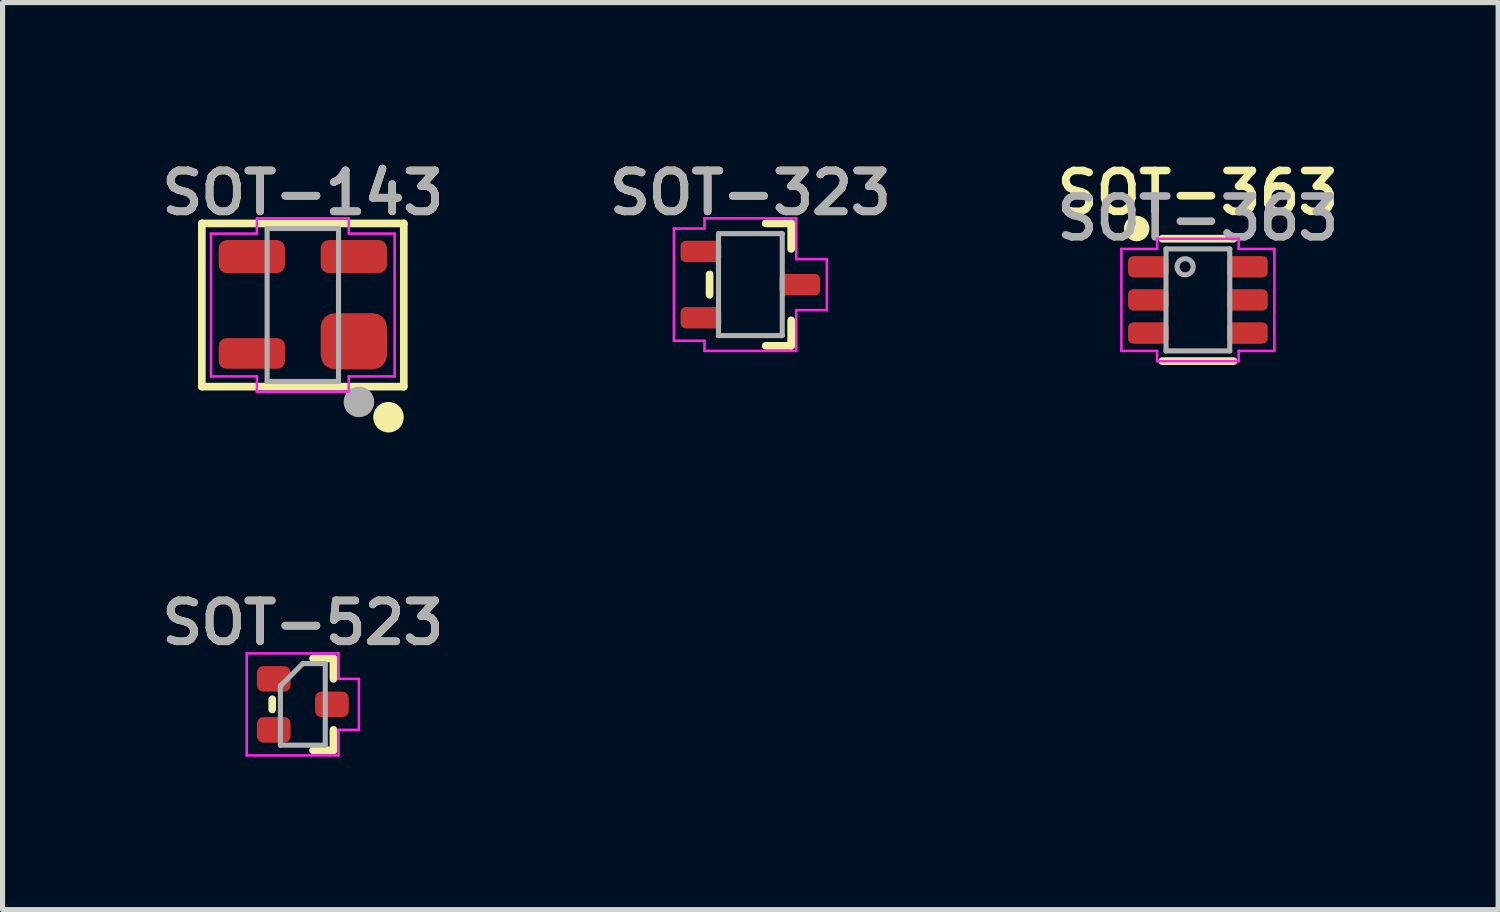
<source format=kicad_pcb>
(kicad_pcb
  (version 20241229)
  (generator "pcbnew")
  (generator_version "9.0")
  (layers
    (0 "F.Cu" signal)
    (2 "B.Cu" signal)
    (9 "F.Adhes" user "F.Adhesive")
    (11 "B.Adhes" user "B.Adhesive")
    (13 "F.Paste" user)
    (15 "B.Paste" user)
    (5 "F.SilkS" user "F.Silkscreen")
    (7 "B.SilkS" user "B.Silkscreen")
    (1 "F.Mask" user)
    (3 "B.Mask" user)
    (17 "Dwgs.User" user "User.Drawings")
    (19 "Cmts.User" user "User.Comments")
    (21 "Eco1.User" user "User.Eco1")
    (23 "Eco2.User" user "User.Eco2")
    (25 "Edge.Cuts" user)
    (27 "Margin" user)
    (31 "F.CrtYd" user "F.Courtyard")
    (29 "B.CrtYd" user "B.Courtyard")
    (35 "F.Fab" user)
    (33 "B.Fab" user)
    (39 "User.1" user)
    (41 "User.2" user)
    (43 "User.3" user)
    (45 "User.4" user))
  (footprint "SOT-323"
    (layer "F.Cu")
    (at 11.664 2.531)
    (property "Reference" "SOT-323" (at 0 -1.8 180) (layer "F.SilkS") (effects (font (size 0.8 0.8) (thickness 0.15))))
    (attr smd)
    (fp_line (start -0.8 0.2) (end -0.8 -0.2) (stroke (width 0.15) (type solid)) (layer "F.SilkS"))
    (fp_line (start 0.8 -1.2) (end 0.3 -1.2) (stroke (width 0.15) (type solid)) (layer "F.SilkS"))
    (fp_line (start 0.8 -0.7) (end 0.8 -1.2) (stroke (width 0.15) (type solid)) (layer "F.SilkS"))
    (fp_line (start 0.8 0.7) (end 0.8 1.2) (stroke (width 0.15) (type solid)) (layer "F.SilkS"))
    (fp_line (start 0.8 1.2) (end 0.3 1.2) (stroke (width 0.15) (type solid)) (layer "F.SilkS"))
    (fp_line (start -1.5 -1.1) (end -0.9 -1.1) (stroke (width 0.05) (type solid)) (layer "F.CrtYd"))
    (fp_line (start -1.5 1.1) (end -1.5 -1.1) (stroke (width 0.05) (type solid)) (layer "F.CrtYd"))
    (fp_line (start -0.9 -1.3) (end 0.9 -1.3) (stroke (width 0.05) (type solid)) (layer "F.CrtYd"))
    (fp_line (start -0.9 -1.1) (end -0.9 -1.3) (stroke (width 0.05) (type solid)) (layer "F.CrtYd"))
    (fp_line (start -0.9 1.1) (end -1.5 1.1) (stroke (width 0.05) (type solid)) (layer "F.CrtYd"))
    (fp_line (start -0.9 1.3) (end -0.9 1.1) (stroke (width 0.05) (type solid)) (layer "F.CrtYd"))
    (fp_line (start 0.9 -1.3) (end 0.9 -0.5) (stroke (width 0.05) (type solid)) (layer "F.CrtYd"))
    (fp_line (start 0.9 -0.5) (end 1.5 -0.5) (stroke (width 0.05) (type solid)) (layer "F.CrtYd"))
    (fp_line (start 0.9 0.5) (end 0.9 1.3) (stroke (width 0.05) (type solid)) (layer "F.CrtYd"))
    (fp_line (start 0.9 1.3) (end -0.9 1.3) (stroke (width 0.05) (type solid)) (layer "F.CrtYd"))
    (fp_line (start 1.5 -0.5) (end 1.5 0.5) (stroke (width 0.05) (type solid)) (layer "F.CrtYd"))
    (fp_line (start 1.5 0.5) (end 0.9 0.5) (stroke (width 0.05) (type solid)) (layer "F.CrtYd"))
    (fp_line (start -0.625 -1) (end -0.625 1) (stroke (width 0.1) (type solid)) (layer "F.Fab"))
    (fp_line (start -0.625 -1) (end 0.625 -1) (stroke (width 0.1) (type solid)) (layer "F.Fab"))
    (fp_line (start 0.625 -1) (end 0.625 1) (stroke (width 0.1) (type solid)) (layer "F.Fab"))
    (fp_line (start 0.625 1) (end -0.625 1) (stroke (width 0.1) (type solid)) (layer "F.Fab"))
    (fp_text user "${REFERENCE}" (at 0 -1.8 180) (layer "F.Fab") (effects (font (size 0.8 0.8) (thickness 0.15))))
    (pad "1" smd roundrect (at -0.97 -0.65 270) (size 0.42 0.8) (layers "F.Cu" "F.Mask" "F.Paste") (roundrect_rratio 0.25))
    (pad "2" smd roundrect (at -0.97 0.65 270) (size 0.42 0.8) (layers "F.Cu" "F.Mask" "F.Paste") (roundrect_rratio 0.25))
    (pad "3" smd roundrect (at 0.97 0 270) (size 0.42 0.8) (layers "F.Cu" "F.Mask" "F.Paste") (roundrect_rratio 0.25)))
  (footprint "SOT-363"
    (layer "F.Cu")
    (at 20.439 2.831)
    (property "Reference" "SOT-363" (at 0 -2.1 0) (layer "F.SilkS") (effects (font (size 0.8 0.8) (thickness 0.15))))
    (attr smd)
    (fp_line (start -0.7 -1.2) (end 0.7 -1.2) (stroke (width 0.15) (type solid)) (layer "F.SilkS"))
    (fp_line (start -0.7 1.2) (end 0.7 1.2) (stroke (width 0.15) (type solid)) (layer "F.SilkS"))
    (fp_circle (center -1.2 -1.4) (end -1.075 -1.4) (stroke (width 0.25) (type solid)) (fill no) (layer "F.SilkS"))
    (fp_line (start -1.5 -1) (end -0.8 -1) (stroke (width 0.05) (type solid)) (layer "F.CrtYd"))
    (fp_line (start -1.5 1) (end -1.5 -1) (stroke (width 0.05) (type solid)) (layer "F.CrtYd"))
    (fp_line (start -0.8 -1.2) (end 0.8 -1.2) (stroke (width 0.05) (type solid)) (layer "F.CrtYd"))
    (fp_line (start -0.8 -1) (end -0.8 -1.2) (stroke (width 0.05) (type solid)) (layer "F.CrtYd"))
    (fp_line (start -0.8 1) (end -1.5 1) (stroke (width 0.05) (type solid)) (layer "F.CrtYd"))
    (fp_line (start -0.8 1.2) (end -0.8 1) (stroke (width 0.05) (type solid)) (layer "F.CrtYd"))
    (fp_line (start 0.8 -1.2) (end 0.8 -1) (stroke (width 0.05) (type solid)) (layer "F.CrtYd"))
    (fp_line (start 0.8 -1) (end 1.5 -1) (stroke (width 0.05) (type solid)) (layer "F.CrtYd"))
    (fp_line (start 0.8 1) (end 0.8 1.2) (stroke (width 0.05) (type solid)) (layer "F.CrtYd"))
    (fp_line (start 0.8 1.2) (end -0.8 1.2) (stroke (width 0.05) (type solid)) (layer "F.CrtYd"))
    (fp_line (start 1.5 -1) (end 1.5 1) (stroke (width 0.05) (type solid)) (layer "F.CrtYd"))
    (fp_line (start 1.5 1) (end 0.8 1) (stroke (width 0.05) (type solid)) (layer "F.CrtYd"))
    (fp_line (start -0.625 -1) (end 0.625 -1) (stroke (width 0.1) (type solid)) (layer "F.Fab"))
    (fp_line (start -0.625 1) (end -0.625 -1) (stroke (width 0.1) (type solid)) (layer "F.Fab"))
    (fp_line (start -0.625 1) (end 0.625 1) (stroke (width 0.1) (type solid)) (layer "F.Fab"))
    (fp_line (start 0.625 -1) (end 0.625 1) (stroke (width 0.1) (type solid)) (layer "F.Fab"))
    (fp_circle (center -0.25 -0.65) (end -0.4 -0.7) (stroke (width 0.1) (type solid)) (fill no) (layer "F.Fab"))
    (fp_text user "${REFERENCE}" (at 0 -1.6 0) (layer "F.Fab") (effects (font (size 0.8 0.8) (thickness 0.15))))
    (pad "1" smd roundrect (at -0.97 -0.65 270) (size 0.42 0.8) (layers "F.Cu" "F.Mask" "F.Paste") (roundrect_rratio 0.25))
    (pad "2" smd roundrect (at -0.97 0 270) (size 0.42 0.8) (layers "F.Cu" "F.Mask" "F.Paste") (roundrect_rratio 0.25))
    (pad "3" smd roundrect (at -0.97 0.65 270) (size 0.42 0.8) (layers "F.Cu" "F.Mask" "F.Paste") (roundrect_rratio 0.25))
    (pad "4" smd roundrect (at 0.97 0.65 90) (size 0.42 0.8) (layers "F.Cu" "F.Mask" "F.Paste") (roundrect_rratio 0.25))
    (pad "5" smd roundrect (at 0.97 0 90) (size 0.42 0.8) (layers "F.Cu" "F.Mask" "F.Paste") (roundrect_rratio 0.25))
    (pad "6" smd roundrect (at 0.97 -0.65 90) (size 0.42 0.8) (layers "F.Cu" "F.Mask" "F.Paste") (roundrect_rratio 0.25)))
  (footprint "SOT-143"
    (layer "F.Cu")
    (at 2.888 2.931)
    (property "Reference" "SOT-143" (at 0 -2.2 0) (layer "F.SilkS") (effects (font (size 0.8 0.8) (thickness 0.15))))
    (attr smd)
    (fp_line (start -1.98 -1.6) (end 1.98 -1.6) (stroke (width 0.15) (type solid)) (layer "F.SilkS"))
    (fp_line (start -1.98 1.6) (end -1.98 -1.6) (stroke (width 0.15) (type solid)) (layer "F.SilkS"))
    (fp_line (start -1.98 1.6) (end 1.98 1.6) (stroke (width 0.15) (type solid)) (layer "F.SilkS"))
    (fp_line (start 1.98 1.6) (end 1.98 -1.6) (stroke (width 0.15) (type solid)) (layer "F.SilkS"))
    (fp_circle (center 1.68 2.2) (end 1.83 2.2) (stroke (width 0.3) (type solid)) (fill no) (layer "F.SilkS"))
    (fp_line (start -1.8 -1.4) (end -0.9 -1.4) (stroke (width 0.05) (type solid)) (layer "F.CrtYd"))
    (fp_line (start -1.8 1.4) (end -1.8 -1.4) (stroke (width 0.05) (type solid)) (layer "F.CrtYd"))
    (fp_line (start -0.9 -1.7) (end 0.9 -1.7) (stroke (width 0.05) (type solid)) (layer "F.CrtYd"))
    (fp_line (start -0.9 -1.4) (end -0.9 -1.7) (stroke (width 0.05) (type solid)) (layer "F.CrtYd"))
    (fp_line (start -0.9 1.4) (end -1.8 1.4) (stroke (width 0.05) (type solid)) (layer "F.CrtYd"))
    (fp_line (start -0.9 1.7) (end -0.9 1.4) (stroke (width 0.05) (type solid)) (layer "F.CrtYd"))
    (fp_line (start 0.9 -1.7) (end 0.9 -1.4) (stroke (width 0.05) (type solid)) (layer "F.CrtYd"))
    (fp_line (start 0.9 -1.4) (end 1.8 -1.4) (stroke (width 0.05) (type solid)) (layer "F.CrtYd"))
    (fp_line (start 0.9 1.4) (end 0.9 1.7) (stroke (width 0.05) (type solid)) (layer "F.CrtYd"))
    (fp_line (start 0.9 1.7) (end -0.9 1.7) (stroke (width 0.05) (type solid)) (layer "F.CrtYd"))
    (fp_line (start 1.8 -1.4) (end 1.8 1.4) (stroke (width 0.05) (type solid)) (layer "F.CrtYd"))
    (fp_line (start 1.8 1.4) (end 0.9 1.4) (stroke (width 0.05) (type solid)) (layer "F.CrtYd"))
    (fp_line (start -0.7 -1.5) (end -0.7 1.5) (stroke (width 0.1) (type solid)) (layer "F.Fab"))
    (fp_line (start -0.7 1.5) (end 0.7 1.5) (stroke (width 0.1) (type solid)) (layer "F.Fab"))
    (fp_line (start 0.7 -1.5) (end -0.7 -1.5) (stroke (width 0.1) (type solid)) (layer "F.Fab"))
    (fp_line (start 0.7 1.5) (end 0.7 -1.5) (stroke (width 0.1) (type solid)) (layer "F.Fab"))
    (fp_circle (center 1.1 1.9) (end 1.25 1.9) (stroke (width 0.3) (type solid)) (fill no) (layer "F.Fab"))
    (fp_text user "${REFERENCE}" (at 0 -2.2 0) (layer "F.Fab") (effects (font (size 0.8 0.8) (thickness 0.15))))
    (pad "1" smd roundrect (at 1 0.71) (size 1.3 1.1) (layers "F.Cu" "F.Mask" "F.Paste") (roundrect_rratio 0.25))
    (pad "2" smd roundrect (at 1 -0.95) (size 1.3 0.65) (layers "F.Cu" "F.Mask" "F.Paste") (roundrect_rratio 0.25))
    (pad "3" smd roundrect (at -1 -0.95) (size 1.3 0.65) (layers "F.Cu" "F.Mask" "F.Paste") (roundrect_rratio 0.25))
    (pad "4" smd roundrect (at -1 0.95) (size 1.3 0.6) (layers "F.Cu" "F.Mask" "F.Paste") (roundrect_rratio 0.25)))
  (footprint "SOT-523"
    (layer "F.Cu")
    (at 2.888 10.762)
    (property "Reference" "SOT-523" (at 0 -1.6 0) (layer "F.SilkS") (effects (font (size 0.8 0.8) (thickness 0.15))))
    (attr smd)
    (fp_line (start -0.6 -0.1) (end -0.6 0.1) (stroke (width 0.15) (type solid)) (layer "F.SilkS"))
    (fp_line (start 0.2 0.9) (end 0.6 0.9) (stroke (width 0.15) (type solid)) (layer "F.SilkS"))
    (fp_line (start 0.6 -0.9) (end 0.2 -0.9) (stroke (width 0.15) (type solid)) (layer "F.SilkS"))
    (fp_line (start 0.6 -0.5) (end 0.6 -0.9) (stroke (width 0.15) (type solid)) (layer "F.SilkS"))
    (fp_line (start 0.6 0.9) (end 0.6 0.5) (stroke (width 0.15) (type solid)) (layer "F.SilkS"))
    (fp_line (start -1.1 -1) (end -1.1 1) (stroke (width 0.05) (type solid)) (layer "F.CrtYd"))
    (fp_line (start -1.1 1) (end 0.7 1) (stroke (width 0.05) (type solid)) (layer "F.CrtYd"))
    (fp_line (start 0.7 -1) (end -1.1 -1) (stroke (width 0.05) (type solid)) (layer "F.CrtYd"))
    (fp_line (start 0.7 -0.5) (end 0.7 -1) (stroke (width 0.05) (type solid)) (layer "F.CrtYd"))
    (fp_line (start 0.7 0.5) (end 1.1 0.5) (stroke (width 0.05) (type solid)) (layer "F.CrtYd"))
    (fp_line (start 0.7 1) (end 0.7 0.5) (stroke (width 0.05) (type solid)) (layer "F.CrtYd"))
    (fp_line (start 1.1 -0.5) (end 0.7 -0.5) (stroke (width 0.05) (type solid)) (layer "F.CrtYd"))
    (fp_line (start 1.1 0.5) (end 1.1 -0.5) (stroke (width 0.05) (type solid)) (layer "F.CrtYd"))
    (fp_line (start -0.44 -0.36) (end -0.44 0.8) (stroke (width 0.1) (type solid)) (layer "F.Fab"))
    (fp_line (start 0 -0.8) (end -0.44 -0.36) (stroke (width 0.1) (type solid)) (layer "F.Fab"))
    (fp_line (start 0.44 -0.8) (end 0 -0.8) (stroke (width 0.1) (type solid)) (layer "F.Fab"))
    (fp_line (start 0.44 0.8) (end -0.44 0.8) (stroke (width 0.1) (type solid)) (layer "F.Fab"))
    (fp_line (start 0.44 0.8) (end 0.44 -0.8) (stroke (width 0.1) (type solid)) (layer "F.Fab"))
    (fp_text user "${REFERENCE}" (at 0 -1.6 0) (layer "F.Fab") (effects (font (size 0.8 0.8) (thickness 0.15))))
    (pad "1" smd roundrect (at -0.57 -0.5 180) (size 0.66 0.5) (layers "F.Cu" "F.Mask" "F.Paste") (roundrect_rratio 0.25))
    (pad "2" smd roundrect (at -0.57 0.5 180) (size 0.66 0.5) (layers "F.Cu" "F.Mask" "F.Paste") (roundrect_rratio 0.25))
    (pad "3" smd roundrect (at 0.57 0 180) (size 0.66 0.5) (layers "F.Cu" "F.Mask" "F.Paste") (roundrect_rratio 0.25)))
  (gr_rect
    (start -3 -3)
    (end 26.327 14.787)
    (stroke (width 0.1) (type default))
    (fill no)
    (layer "Edge.Cuts")))
</source>
